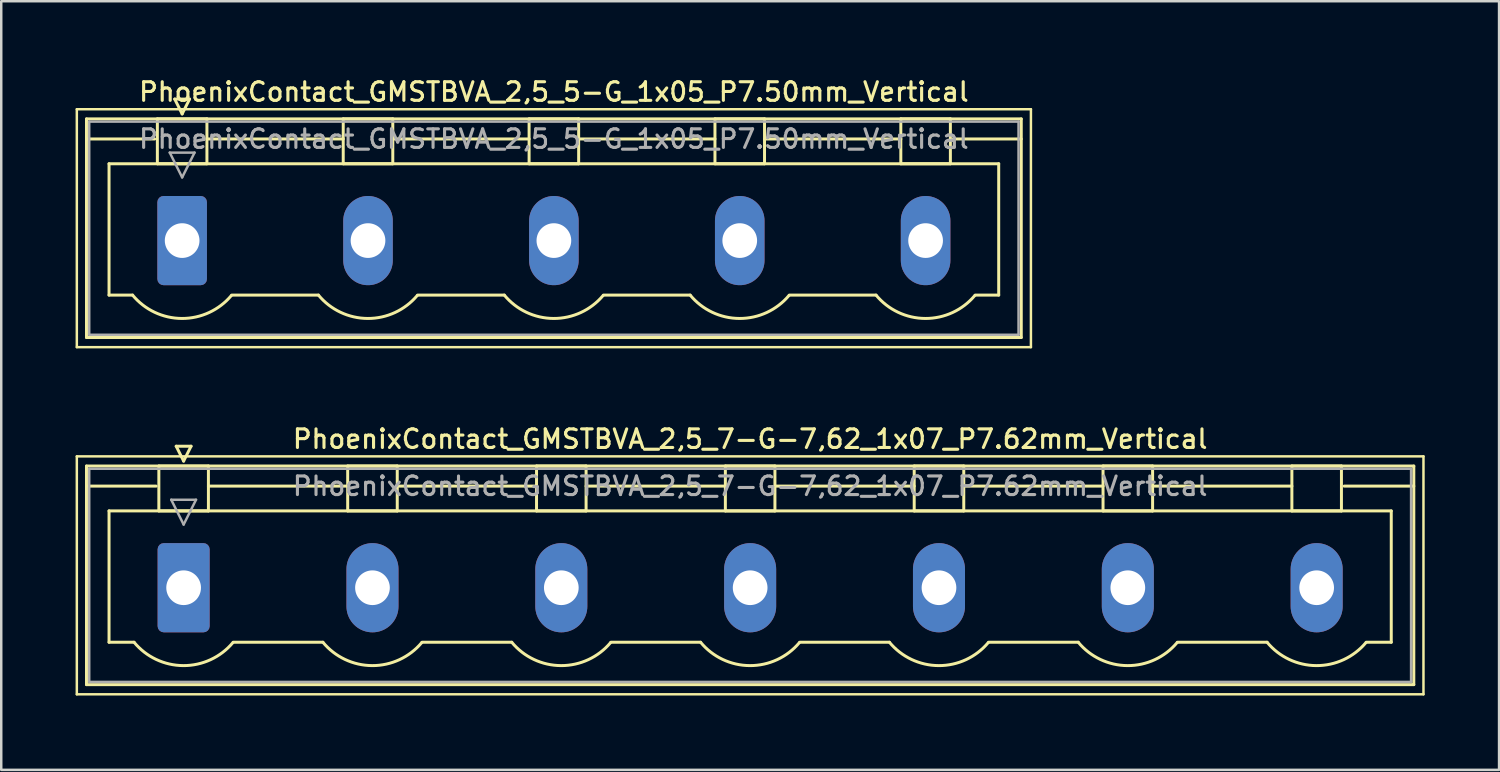
<source format=kicad_pcb>
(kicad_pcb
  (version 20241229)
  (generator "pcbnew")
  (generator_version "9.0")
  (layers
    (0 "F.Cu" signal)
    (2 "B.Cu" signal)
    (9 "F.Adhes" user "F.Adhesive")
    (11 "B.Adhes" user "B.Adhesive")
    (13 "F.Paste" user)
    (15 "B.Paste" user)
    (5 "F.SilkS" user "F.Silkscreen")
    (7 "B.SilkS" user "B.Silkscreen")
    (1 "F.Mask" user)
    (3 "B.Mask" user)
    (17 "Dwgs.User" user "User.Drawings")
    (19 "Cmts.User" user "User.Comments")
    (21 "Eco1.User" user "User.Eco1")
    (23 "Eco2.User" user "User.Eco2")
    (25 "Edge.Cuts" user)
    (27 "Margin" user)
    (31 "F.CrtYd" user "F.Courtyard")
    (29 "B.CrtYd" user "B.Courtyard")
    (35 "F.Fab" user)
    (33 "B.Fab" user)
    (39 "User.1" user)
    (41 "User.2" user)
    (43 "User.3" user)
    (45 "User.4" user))
  (footprint "PhoenixContact_GMSTBVA_2,5_5-G_1x05_P7.50mm_Vertical"
    (layer "F.Cu")
    (at 4.3 6.658)
    (property "Reference" "PhoenixContact_GMSTBVA_2,5_5-G_1x05_P7.50mm_Vertical" (at 15 -6 0) (layer "F.SilkS") (effects (font (size 0.75 0.75) (thickness 0.125))))
    (attr through_hole)
    (fp_line (start -4.25 -5.3) (end -4.25 4.3) (stroke (width 0.1) (type solid)) (layer "F.SilkS"))
    (fp_line (start -4.25 4.3) (end 34.25 4.3) (stroke (width 0.1) (type solid)) (layer "F.SilkS"))
    (fp_line (start -3.86 -4.91) (end -3.86 3.91) (stroke (width 0.12) (type solid)) (layer "F.SilkS"))
    (fp_line (start -3.86 -4.1) (end -1.11 -4.1) (stroke (width 0.12) (type solid)) (layer "F.SilkS"))
    (fp_line (start -3.86 3.91) (end 33.86 3.91) (stroke (width 0.12) (type solid)) (layer "F.SilkS"))
    (fp_line (start -2.95 -3.1) (end 32.95 -3.1) (stroke (width 0.12) (type solid)) (layer "F.SilkS"))
    (fp_line (start -2.95 2.2) (end -2.95 -3.1) (stroke (width 0.12) (type solid)) (layer "F.SilkS"))
    (fp_line (start -2 2.2) (end -2.95 2.2) (stroke (width 0.12) (type solid)) (layer "F.SilkS"))
    (fp_line (start -1 -4.91) (end 1 -4.91) (stroke (width 0.12) (type solid)) (layer "F.SilkS"))
    (fp_line (start -1 -3.1) (end -1 -4.91) (stroke (width 0.12) (type solid)) (layer "F.SilkS"))
    (fp_line (start -0.3 -5.71) (end 0.3 -5.71) (stroke (width 0.12) (type solid)) (layer "F.SilkS"))
    (fp_line (start 0 -5.11) (end -0.3 -5.71) (stroke (width 0.12) (type solid)) (layer "F.SilkS"))
    (fp_line (start 0.3 -5.71) (end 0 -5.11) (stroke (width 0.12) (type solid)) (layer "F.SilkS"))
    (fp_line (start 1 -4.91) (end 1 -3.1) (stroke (width 0.12) (type solid)) (layer "F.SilkS"))
    (fp_line (start 1 -4.1) (end 6.5 -4.1) (stroke (width 0.12) (type solid)) (layer "F.SilkS"))
    (fp_line (start 1 -3.1) (end -1 -3.1) (stroke (width 0.12) (type solid)) (layer "F.SilkS"))
    (fp_line (start 2 2.2) (end 5.5 2.2) (stroke (width 0.12) (type solid)) (layer "F.SilkS"))
    (fp_line (start 6.5 -4.91) (end 8.5 -4.91) (stroke (width 0.12) (type solid)) (layer "F.SilkS"))
    (fp_line (start 6.5 -3.1) (end 6.5 -4.91) (stroke (width 0.12) (type solid)) (layer "F.SilkS"))
    (fp_line (start 8.5 -4.91) (end 8.5 -3.1) (stroke (width 0.12) (type solid)) (layer "F.SilkS"))
    (fp_line (start 8.5 -4.1) (end 14 -4.1) (stroke (width 0.12) (type solid)) (layer "F.SilkS"))
    (fp_line (start 8.5 -3.1) (end 6.5 -3.1) (stroke (width 0.12) (type solid)) (layer "F.SilkS"))
    (fp_line (start 9.5 2.2) (end 13 2.2) (stroke (width 0.12) (type solid)) (layer "F.SilkS"))
    (fp_line (start 14 -4.91) (end 16 -4.91) (stroke (width 0.12) (type solid)) (layer "F.SilkS"))
    (fp_line (start 14 -3.1) (end 14 -4.91) (stroke (width 0.12) (type solid)) (layer "F.SilkS"))
    (fp_line (start 16 -4.91) (end 16 -3.1) (stroke (width 0.12) (type solid)) (layer "F.SilkS"))
    (fp_line (start 16 -4.1) (end 21.5 -4.1) (stroke (width 0.12) (type solid)) (layer "F.SilkS"))
    (fp_line (start 16 -3.1) (end 14 -3.1) (stroke (width 0.12) (type solid)) (layer "F.SilkS"))
    (fp_line (start 17 2.2) (end 20.5 2.2) (stroke (width 0.12) (type solid)) (layer "F.SilkS"))
    (fp_line (start 21.5 -4.91) (end 23.5 -4.91) (stroke (width 0.12) (type solid)) (layer "F.SilkS"))
    (fp_line (start 21.5 -3.1) (end 21.5 -4.91) (stroke (width 0.12) (type solid)) (layer "F.SilkS"))
    (fp_line (start 23.5 -4.91) (end 23.5 -3.1) (stroke (width 0.12) (type solid)) (layer "F.SilkS"))
    (fp_line (start 23.5 -4.1) (end 29 -4.1) (stroke (width 0.12) (type solid)) (layer "F.SilkS"))
    (fp_line (start 23.5 -3.1) (end 21.5 -3.1) (stroke (width 0.12) (type solid)) (layer "F.SilkS"))
    (fp_line (start 24.5 2.2) (end 28 2.2) (stroke (width 0.12) (type solid)) (layer "F.SilkS"))
    (fp_line (start 29 -4.91) (end 31 -4.91) (stroke (width 0.12) (type solid)) (layer "F.SilkS"))
    (fp_line (start 29 -3.1) (end 29 -4.91) (stroke (width 0.12) (type solid)) (layer "F.SilkS"))
    (fp_line (start 31 -4.91) (end 31 -3.1) (stroke (width 0.12) (type solid)) (layer "F.SilkS"))
    (fp_line (start 31 -3.1) (end 29 -3.1) (stroke (width 0.12) (type solid)) (layer "F.SilkS"))
    (fp_line (start 32.95 -3.1) (end 32.95 2.2) (stroke (width 0.12) (type solid)) (layer "F.SilkS"))
    (fp_line (start 32.95 2.2) (end 32 2.2) (stroke (width 0.12) (type solid)) (layer "F.SilkS"))
    (fp_line (start 33.86 -4.91) (end -3.86 -4.91) (stroke (width 0.12) (type solid)) (layer "F.SilkS"))
    (fp_line (start 33.86 -4.1) (end 31.11 -4.1) (stroke (width 0.12) (type solid)) (layer "F.SilkS"))
    (fp_line (start 33.86 3.91) (end 33.86 -4.91) (stroke (width 0.12) (type solid)) (layer "F.SilkS"))
    (fp_line (start 34.25 -5.3) (end -4.25 -5.3) (stroke (width 0.1) (type solid)) (layer "F.SilkS"))
    (fp_line (start 34.25 4.3) (end 34.25 -5.3) (stroke (width 0.1) (type solid)) (layer "F.SilkS"))
    (fp_arc (start 1.986842 2.215821) (mid -0.010289 3.142758) (end -2 2.2) (stroke (width 0.12) (type solid)) (layer "F.SilkS"))
    (fp_arc (start 9.486842 2.215821) (mid 7.489711 3.142758) (end 5.5 2.2) (stroke (width 0.12) (type solid)) (layer "F.SilkS"))
    (fp_arc (start 16.986842 2.215821) (mid 14.989711 3.142758) (end 13 2.2) (stroke (width 0.12) (type solid)) (layer "F.SilkS"))
    (fp_arc (start 24.486842 2.215821) (mid 22.489711 3.142758) (end 20.5 2.2) (stroke (width 0.12) (type solid)) (layer "F.SilkS"))
    (fp_arc (start 31.986842 2.215821) (mid 29.989711 3.142758) (end 28 2.2) (stroke (width 0.12) (type solid)) (layer "F.SilkS"))
    (fp_line (start -3.75 -4.8) (end -3.75 3.8) (stroke (width 0.1) (type solid)) (layer "F.Fab"))
    (fp_line (start -3.75 3.8) (end 33.75 3.8) (stroke (width 0.1) (type solid)) (layer "F.Fab"))
    (fp_line (start -0.5 -3.55) (end 0.5 -3.55) (stroke (width 0.1) (type solid)) (layer "F.Fab"))
    (fp_line (start 0 -2.55) (end -0.5 -3.55) (stroke (width 0.1) (type solid)) (layer "F.Fab"))
    (fp_line (start 0.5 -3.55) (end 0 -2.55) (stroke (width 0.1) (type solid)) (layer "F.Fab"))
    (fp_line (start 33.75 -4.8) (end -3.75 -4.8) (stroke (width 0.1) (type solid)) (layer "F.Fab"))
    (fp_line (start 33.75 3.8) (end 33.75 -4.8) (stroke (width 0.1) (type solid)) (layer "F.Fab"))
    (fp_text user "${REFERENCE}" (at 15 -4.1 0) (layer "F.Fab") (effects (font (size 0.75 0.75) (thickness 0.125))))
    (pad "1" thru_hole roundrect (at 0 0) (size 2 3.6) (drill 1.4) (layers "*.Cu" "*.Mask") (roundrect_rratio 0.125))
    (pad "2" thru_hole oval (at 7.5 0) (size 2 3.6) (drill 1.4) (layers "*.Cu" "*.Mask"))
    (pad "3" thru_hole oval (at 15 0) (size 2 3.6) (drill 1.4) (layers "*.Cu" "*.Mask"))
    (pad "4" thru_hole oval (at 22.5 0) (size 2 3.6) (drill 1.4) (layers "*.Cu" "*.Mask"))
    (pad "5" thru_hole oval (at 30 0) (size 2 3.6) (drill 1.4) (layers "*.Cu" "*.Mask")))
  (footprint "PhoenixContact_GMSTBVA_2,5_7-G-7,62_1x07_P7.62mm_Vertical"
    (layer "F.Cu")
    (at 4.36 20.666)
    (property "Reference" "PhoenixContact_GMSTBVA_2,5_7-G-7,62_1x07_P7.62mm_Vertical" (at 22.86 -6 0) (layer "F.SilkS") (effects (font (size 0.75 0.75) (thickness 0.125))))
    (attr through_hole)
    (fp_line (start -4.31 -5.3) (end -4.31 4.3) (stroke (width 0.1) (type solid)) (layer "F.SilkS"))
    (fp_line (start -4.31 4.3) (end 50.03 4.3) (stroke (width 0.1) (type solid)) (layer "F.SilkS"))
    (fp_line (start -3.92 -4.91) (end -3.92 3.91) (stroke (width 0.12) (type solid)) (layer "F.SilkS"))
    (fp_line (start -3.92 -4.1) (end -1.11 -4.1) (stroke (width 0.12) (type solid)) (layer "F.SilkS"))
    (fp_line (start -3.92 3.91) (end 49.64 3.91) (stroke (width 0.12) (type solid)) (layer "F.SilkS"))
    (fp_line (start -3.01 -3.1) (end 48.73 -3.1) (stroke (width 0.12) (type solid)) (layer "F.SilkS"))
    (fp_line (start -3.01 2.2) (end -3.01 -3.1) (stroke (width 0.12) (type solid)) (layer "F.SilkS"))
    (fp_line (start -2 2.2) (end -3.01 2.2) (stroke (width 0.12) (type solid)) (layer "F.SilkS"))
    (fp_line (start -1 -4.91) (end 1 -4.91) (stroke (width 0.12) (type solid)) (layer "F.SilkS"))
    (fp_line (start -1 -3.1) (end -1 -4.91) (stroke (width 0.12) (type solid)) (layer "F.SilkS"))
    (fp_line (start -0.3 -5.71) (end 0.3 -5.71) (stroke (width 0.12) (type solid)) (layer "F.SilkS"))
    (fp_line (start 0 -5.11) (end -0.3 -5.71) (stroke (width 0.12) (type solid)) (layer "F.SilkS"))
    (fp_line (start 0.3 -5.71) (end 0 -5.11) (stroke (width 0.12) (type solid)) (layer "F.SilkS"))
    (fp_line (start 1 -4.91) (end 1 -3.1) (stroke (width 0.12) (type solid)) (layer "F.SilkS"))
    (fp_line (start 1 -4.1) (end 6.62 -4.1) (stroke (width 0.12) (type solid)) (layer "F.SilkS"))
    (fp_line (start 1 -3.1) (end -1 -3.1) (stroke (width 0.12) (type solid)) (layer "F.SilkS"))
    (fp_line (start 2 2.2) (end 5.62 2.2) (stroke (width 0.12) (type solid)) (layer "F.SilkS"))
    (fp_line (start 6.62 -4.91) (end 8.62 -4.91) (stroke (width 0.12) (type solid)) (layer "F.SilkS"))
    (fp_line (start 6.62 -3.1) (end 6.62 -4.91) (stroke (width 0.12) (type solid)) (layer "F.SilkS"))
    (fp_line (start 8.62 -4.91) (end 8.62 -3.1) (stroke (width 0.12) (type solid)) (layer "F.SilkS"))
    (fp_line (start 8.62 -4.1) (end 14.24 -4.1) (stroke (width 0.12) (type solid)) (layer "F.SilkS"))
    (fp_line (start 8.62 -3.1) (end 6.62 -3.1) (stroke (width 0.12) (type solid)) (layer "F.SilkS"))
    (fp_line (start 9.62 2.2) (end 13.24 2.2) (stroke (width 0.12) (type solid)) (layer "F.SilkS"))
    (fp_line (start 14.24 -4.91) (end 16.24 -4.91) (stroke (width 0.12) (type solid)) (layer "F.SilkS"))
    (fp_line (start 14.24 -3.1) (end 14.24 -4.91) (stroke (width 0.12) (type solid)) (layer "F.SilkS"))
    (fp_line (start 16.24 -4.91) (end 16.24 -3.1) (stroke (width 0.12) (type solid)) (layer "F.SilkS"))
    (fp_line (start 16.24 -4.1) (end 21.86 -4.1) (stroke (width 0.12) (type solid)) (layer "F.SilkS"))
    (fp_line (start 16.24 -3.1) (end 14.24 -3.1) (stroke (width 0.12) (type solid)) (layer "F.SilkS"))
    (fp_line (start 17.24 2.2) (end 20.86 2.2) (stroke (width 0.12) (type solid)) (layer "F.SilkS"))
    (fp_line (start 21.86 -4.91) (end 23.86 -4.91) (stroke (width 0.12) (type solid)) (layer "F.SilkS"))
    (fp_line (start 21.86 -3.1) (end 21.86 -4.91) (stroke (width 0.12) (type solid)) (layer "F.SilkS"))
    (fp_line (start 23.86 -4.91) (end 23.86 -3.1) (stroke (width 0.12) (type solid)) (layer "F.SilkS"))
    (fp_line (start 23.86 -4.1) (end 29.48 -4.1) (stroke (width 0.12) (type solid)) (layer "F.SilkS"))
    (fp_line (start 23.86 -3.1) (end 21.86 -3.1) (stroke (width 0.12) (type solid)) (layer "F.SilkS"))
    (fp_line (start 24.86 2.2) (end 28.48 2.2) (stroke (width 0.12) (type solid)) (layer "F.SilkS"))
    (fp_line (start 29.48 -4.91) (end 31.48 -4.91) (stroke (width 0.12) (type solid)) (layer "F.SilkS"))
    (fp_line (start 29.48 -3.1) (end 29.48 -4.91) (stroke (width 0.12) (type solid)) (layer "F.SilkS"))
    (fp_line (start 31.48 -4.91) (end 31.48 -3.1) (stroke (width 0.12) (type solid)) (layer "F.SilkS"))
    (fp_line (start 31.48 -4.1) (end 37.1 -4.1) (stroke (width 0.12) (type solid)) (layer "F.SilkS"))
    (fp_line (start 31.48 -3.1) (end 29.48 -3.1) (stroke (width 0.12) (type solid)) (layer "F.SilkS"))
    (fp_line (start 32.48 2.2) (end 36.1 2.2) (stroke (width 0.12) (type solid)) (layer "F.SilkS"))
    (fp_line (start 37.1 -4.91) (end 39.1 -4.91) (stroke (width 0.12) (type solid)) (layer "F.SilkS"))
    (fp_line (start 37.1 -3.1) (end 37.1 -4.91) (stroke (width 0.12) (type solid)) (layer "F.SilkS"))
    (fp_line (start 39.1 -4.91) (end 39.1 -3.1) (stroke (width 0.12) (type solid)) (layer "F.SilkS"))
    (fp_line (start 39.1 -4.1) (end 44.72 -4.1) (stroke (width 0.12) (type solid)) (layer "F.SilkS"))
    (fp_line (start 39.1 -3.1) (end 37.1 -3.1) (stroke (width 0.12) (type solid)) (layer "F.SilkS"))
    (fp_line (start 40.1 2.2) (end 43.72 2.2) (stroke (width 0.12) (type solid)) (layer "F.SilkS"))
    (fp_line (start 44.72 -4.91) (end 46.72 -4.91) (stroke (width 0.12) (type solid)) (layer "F.SilkS"))
    (fp_line (start 44.72 -3.1) (end 44.72 -4.91) (stroke (width 0.12) (type solid)) (layer "F.SilkS"))
    (fp_line (start 46.72 -4.91) (end 46.72 -3.1) (stroke (width 0.12) (type solid)) (layer "F.SilkS"))
    (fp_line (start 46.72 -3.1) (end 44.72 -3.1) (stroke (width 0.12) (type solid)) (layer "F.SilkS"))
    (fp_line (start 48.73 -3.1) (end 48.73 2.2) (stroke (width 0.12) (type solid)) (layer "F.SilkS"))
    (fp_line (start 48.73 2.2) (end 47.72 2.2) (stroke (width 0.12) (type solid)) (layer "F.SilkS"))
    (fp_line (start 49.64 -4.91) (end -3.92 -4.91) (stroke (width 0.12) (type solid)) (layer "F.SilkS"))
    (fp_line (start 49.64 -4.1) (end 46.83 -4.1) (stroke (width 0.12) (type solid)) (layer "F.SilkS"))
    (fp_line (start 49.64 3.91) (end 49.64 -4.91) (stroke (width 0.12) (type solid)) (layer "F.SilkS"))
    (fp_line (start 50.03 -5.3) (end -4.31 -5.3) (stroke (width 0.1) (type solid)) (layer "F.SilkS"))
    (fp_line (start 50.03 4.3) (end 50.03 -5.3) (stroke (width 0.1) (type solid)) (layer "F.SilkS"))
    (fp_arc (start 1.986842 2.215821) (mid -0.010289 3.142758) (end -2 2.2) (stroke (width 0.12) (type solid)) (layer "F.SilkS"))
    (fp_arc (start 9.606842 2.215821) (mid 7.609711 3.142758) (end 5.62 2.2) (stroke (width 0.12) (type solid)) (layer "F.SilkS"))
    (fp_arc (start 17.226842 2.215821) (mid 15.229711 3.142758) (end 13.24 2.2) (stroke (width 0.12) (type solid)) (layer "F.SilkS"))
    (fp_arc (start 24.846842 2.215821) (mid 22.849711 3.142758) (end 20.86 2.2) (stroke (width 0.12) (type solid)) (layer "F.SilkS"))
    (fp_arc (start 32.466842 2.215821) (mid 30.469711 3.142758) (end 28.48 2.2) (stroke (width 0.12) (type solid)) (layer "F.SilkS"))
    (fp_arc (start 40.086842 2.215821) (mid 38.089711 3.142758) (end 36.1 2.2) (stroke (width 0.12) (type solid)) (layer "F.SilkS"))
    (fp_arc (start 47.706842 2.215821) (mid 45.709711 3.142758) (end 43.72 2.2) (stroke (width 0.12) (type solid)) (layer "F.SilkS"))
    (fp_line (start -3.81 -4.8) (end -3.81 3.8) (stroke (width 0.1) (type solid)) (layer "F.Fab"))
    (fp_line (start -3.81 3.8) (end 49.53 3.8) (stroke (width 0.1) (type solid)) (layer "F.Fab"))
    (fp_line (start -0.5 -3.55) (end 0.5 -3.55) (stroke (width 0.1) (type solid)) (layer "F.Fab"))
    (fp_line (start 0 -2.55) (end -0.5 -3.55) (stroke (width 0.1) (type solid)) (layer "F.Fab"))
    (fp_line (start 0.5 -3.55) (end 0 -2.55) (stroke (width 0.1) (type solid)) (layer "F.Fab"))
    (fp_line (start 49.53 -4.8) (end -3.81 -4.8) (stroke (width 0.1) (type solid)) (layer "F.Fab"))
    (fp_line (start 49.53 3.8) (end 49.53 -4.8) (stroke (width 0.1) (type solid)) (layer "F.Fab"))
    (fp_text user "${REFERENCE}" (at 22.86 -4.1 0) (layer "F.Fab") (effects (font (size 0.75 0.75) (thickness 0.125))))
    (pad "1" thru_hole roundrect (at 0 0) (size 2.1 3.6) (drill 1.4) (layers "*.Cu" "*.Mask") (roundrect_rratio 0.119))
    (pad "2" thru_hole oval (at 7.62 0) (size 2.1 3.6) (drill 1.4) (layers "*.Cu" "*.Mask"))
    (pad "3" thru_hole oval (at 15.24 0) (size 2.1 3.6) (drill 1.4) (layers "*.Cu" "*.Mask"))
    (pad "4" thru_hole oval (at 22.86 0) (size 2.1 3.6) (drill 1.4) (layers "*.Cu" "*.Mask"))
    (pad "5" thru_hole oval (at 30.48 0) (size 2.1 3.6) (drill 1.4) (layers "*.Cu" "*.Mask"))
    (pad "6" thru_hole oval (at 38.1 0) (size 2.1 3.6) (drill 1.4) (layers "*.Cu" "*.Mask"))
    (pad "7" thru_hole oval (at 45.72 0) (size 2.1 3.6) (drill 1.4) (layers "*.Cu" "*.Mask")))
  (gr_rect
    (start -3 -3)
    (end 57.44 28.016)
    (stroke (width 0.1) (type default))
    (fill no)
    (layer "Edge.Cuts")))
</source>
